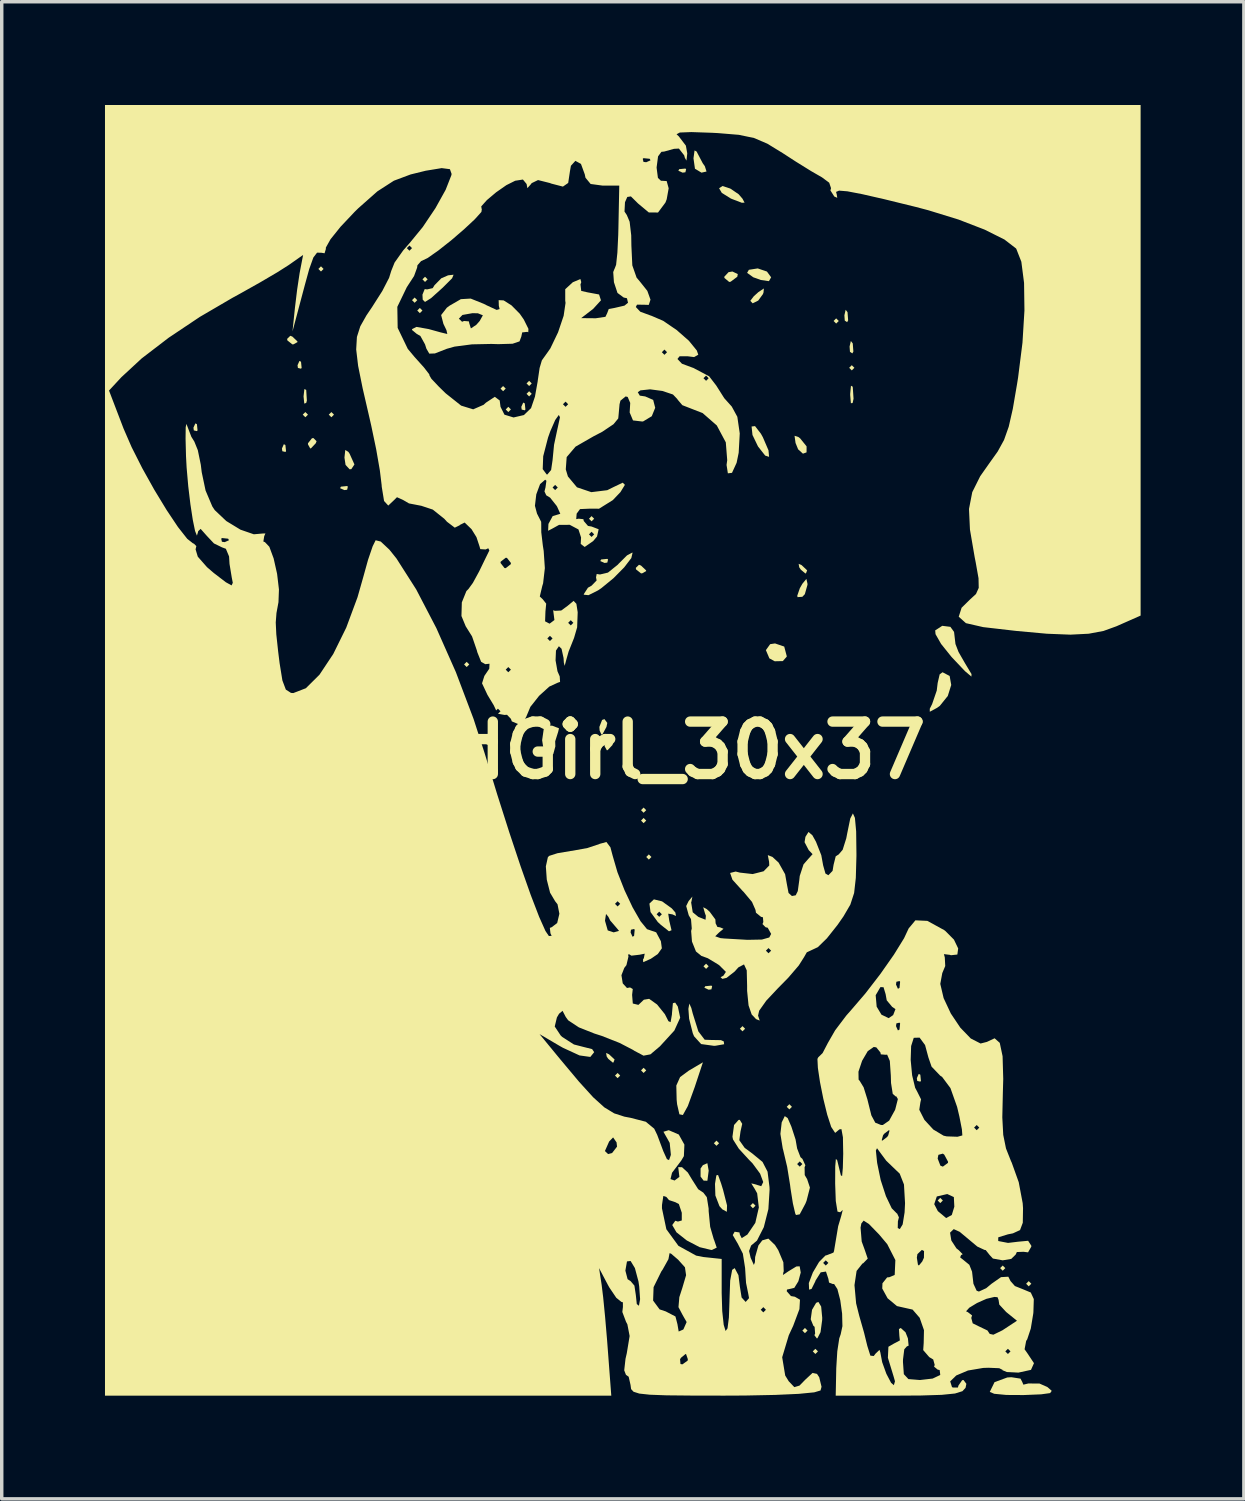
<source format=kicad_pcb>
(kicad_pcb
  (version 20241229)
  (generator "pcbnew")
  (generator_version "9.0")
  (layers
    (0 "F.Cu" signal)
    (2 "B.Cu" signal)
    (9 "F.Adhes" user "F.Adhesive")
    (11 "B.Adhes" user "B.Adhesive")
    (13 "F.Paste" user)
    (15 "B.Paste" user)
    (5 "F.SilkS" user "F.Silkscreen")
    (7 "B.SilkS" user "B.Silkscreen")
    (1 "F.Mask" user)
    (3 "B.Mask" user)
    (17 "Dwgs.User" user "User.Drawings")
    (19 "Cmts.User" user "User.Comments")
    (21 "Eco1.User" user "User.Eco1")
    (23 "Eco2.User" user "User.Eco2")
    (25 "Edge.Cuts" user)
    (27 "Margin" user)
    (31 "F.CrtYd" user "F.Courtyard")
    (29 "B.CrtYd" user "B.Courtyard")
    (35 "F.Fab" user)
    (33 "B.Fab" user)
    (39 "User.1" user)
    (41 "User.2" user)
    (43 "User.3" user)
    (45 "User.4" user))
  (footprint "goodGirl_30x37"
    (layer "F.Cu")
    (at 14.968 18.748)
    (property "Reference" "goodGirl_30x37" (at 0 0 0) (layer "F.SilkS") (effects (font (size 1.524 1.524) (thickness 0.3))))
    (attr board_only exclude_from_pos_files exclude_from_bom)
    (fp_poly (pts (xy -9.071 -9.752) (xy -9.147 -9.676) (xy -9.223 -9.752) (xy -9.147 -9.827)) (stroke (width 0) (type solid)) (fill yes) (layer "F.SilkS"))
    (fp_poly (pts (xy -8.618 -13.985) (xy -8.693 -13.91) (xy -8.769 -13.985) (xy -8.693 -14.061)) (stroke (width 0) (type solid)) (fill yes) (layer "F.SilkS"))
    (fp_poly (pts (xy -8.315 -9.752) (xy -8.391 -9.676) (xy -8.467 -9.752) (xy -8.391 -9.827)) (stroke (width 0) (type solid)) (fill yes) (layer "F.SilkS"))
    (fp_poly (pts (xy -5.896 -13.078) (xy -5.972 -13.002) (xy -6.048 -13.078) (xy -5.972 -13.154)) (stroke (width 0) (type solid)) (fill yes) (layer "F.SilkS"))
    (fp_poly (pts (xy -5.745 -12.776) (xy -5.821 -12.7) (xy -5.896 -12.776) (xy -5.821 -12.851)) (stroke (width 0) (type solid)) (fill yes) (layer "F.SilkS"))
    (fp_poly (pts (xy -5.594 -13.683) (xy -5.67 -13.607) (xy -5.745 -13.683) (xy -5.67 -13.758)) (stroke (width 0) (type solid)) (fill yes) (layer "F.SilkS"))
    (fp_poly (pts (xy -4.385 -2.495) (xy -4.46 -2.419) (xy -4.536 -2.495) (xy -4.46 -2.57)) (stroke (width 0) (type solid)) (fill yes) (layer "F.SilkS"))
    (fp_poly (pts (xy -3.326 -10.508) (xy -3.402 -10.432) (xy -3.477 -10.508) (xy -3.402 -10.583)) (stroke (width 0) (type solid)) (fill yes) (layer "F.SilkS"))
    (fp_poly (pts (xy -3.175 -9.903) (xy -3.251 -9.827) (xy -3.326 -9.903) (xy -3.251 -9.979)) (stroke (width 0) (type solid)) (fill yes) (layer "F.SilkS"))
    (fp_poly (pts (xy -2.57 -10.659) (xy -2.646 -10.583) (xy -2.721 -10.659) (xy -2.646 -10.735)) (stroke (width 0) (type solid)) (fill yes) (layer "F.SilkS"))
    (fp_poly (pts (xy -2.57 -10.357) (xy -2.646 -10.281) (xy -2.721 -10.357) (xy -2.646 -10.432)) (stroke (width 0) (type solid)) (fill yes) (layer "F.SilkS"))
    (fp_poly (pts (xy -0.756 -6.728) (xy -0.832 -6.652) (xy -0.907 -6.728) (xy -0.832 -6.804)) (stroke (width 0) (type solid)) (fill yes) (layer "F.SilkS"))
    (fp_poly (pts (xy 0 9.449) (xy -0.076 9.525) (xy -0.151 9.449) (xy -0.076 9.374)) (stroke (width 0) (type solid)) (fill yes) (layer "F.SilkS"))
    (fp_poly (pts (xy 0.756 1.739) (xy 0.68 1.814) (xy 0.605 1.739) (xy 0.68 1.663)) (stroke (width 0) (type solid)) (fill yes) (layer "F.SilkS"))
    (fp_poly (pts (xy 0.756 2.041) (xy 0.68 2.117) (xy 0.605 2.041) (xy 0.68 1.965)) (stroke (width 0) (type solid)) (fill yes) (layer "F.SilkS"))
    (fp_poly (pts (xy 0.756 9.298) (xy 0.68 9.374) (xy 0.605 9.298) (xy 0.68 9.223)) (stroke (width 0) (type solid)) (fill yes) (layer "F.SilkS"))
    (fp_poly (pts (xy 0.907 3.099) (xy 0.832 3.175) (xy 0.756 3.099) (xy 0.832 3.024)) (stroke (width 0) (type solid)) (fill yes) (layer "F.SilkS"))
    (fp_poly (pts (xy 2.57 6.274) (xy 2.495 6.35) (xy 2.419 6.274) (xy 2.495 6.199)) (stroke (width 0) (type solid)) (fill yes) (layer "F.SilkS"))
    (fp_poly (pts (xy 2.873 11.415) (xy 2.797 11.49) (xy 2.721 11.415) (xy 2.797 11.339)) (stroke (width 0) (type solid)) (fill yes) (layer "F.SilkS"))
    (fp_poly (pts (xy 3.629 8.089) (xy 3.553 8.164) (xy 3.477 8.089) (xy 3.553 8.013)) (stroke (width 0) (type solid)) (fill yes) (layer "F.SilkS"))
    (fp_poly (pts (xy 3.931 13.229) (xy 3.855 13.305) (xy 3.78 13.229) (xy 3.855 13.154)) (stroke (width 0) (type solid)) (fill yes) (layer "F.SilkS"))
    (fp_poly (pts (xy 4.989 10.357) (xy 4.914 10.432) (xy 4.838 10.357) (xy 4.914 10.281)) (stroke (width 0) (type solid)) (fill yes) (layer "F.SilkS"))
    (fp_poly (pts (xy 5.443 16.858) (xy 5.367 16.933) (xy 5.292 16.858) (xy 5.367 16.782)) (stroke (width 0) (type solid)) (fill yes) (layer "F.SilkS"))
    (fp_poly (pts (xy 5.745 17.462) (xy 5.67 17.538) (xy 5.594 17.462) (xy 5.67 17.387)) (stroke (width 0) (type solid)) (fill yes) (layer "F.SilkS"))
    (fp_poly (pts (xy 6.35 -12.473) (xy 6.274 -12.398) (xy 6.199 -12.473) (xy 6.274 -12.549)) (stroke (width 0) (type solid)) (fill yes) (layer "F.SilkS"))
    (fp_poly (pts (xy 6.804 -11.113) (xy 6.728 -11.037) (xy 6.652 -11.113) (xy 6.728 -11.188)) (stroke (width 0) (type solid)) (fill yes) (layer "F.SilkS"))
    (fp_poly (pts (xy 9.374 13.078) (xy 9.298 13.154) (xy 9.223 13.078) (xy 9.298 13.002)) (stroke (width 0) (type solid)) (fill yes) (layer "F.SilkS"))
    (fp_poly (pts (xy 11.188 15.043) (xy 11.113 15.119) (xy 11.037 15.043) (xy 11.113 14.968)) (stroke (width 0) (type solid)) (fill yes) (layer "F.SilkS"))
    (fp_poly (pts (xy 11.944 15.497) (xy 11.868 15.573) (xy 11.793 15.497) (xy 11.868 15.421)) (stroke (width 0) (type solid)) (fill yes) (layer "F.SilkS"))
    (fp_poly (pts (xy -12.297 -9.475) (xy -12.279 -9.295) (xy -12.297 -9.273) (xy -12.387 -9.294) (xy -12.398 -9.374) (xy -12.342 -9.498)) (stroke (width 0) (type solid)) (fill yes) (layer "F.SilkS"))
    (fp_poly (pts (xy -9.727 -8.87) (xy -9.708 -8.69) (xy -9.727 -8.668) (xy -9.816 -8.689) (xy -9.827 -8.769) (xy -9.772 -8.893)) (stroke (width 0) (type solid)) (fill yes) (layer "F.SilkS"))
    (fp_poly (pts (xy -9.273 -11.289) (xy -9.255 -11.109) (xy -9.273 -11.087) (xy -9.363 -11.108) (xy -9.374 -11.188) (xy -9.318 -11.313)) (stroke (width 0) (type solid)) (fill yes) (layer "F.SilkS"))
    (fp_poly (pts (xy -9.122 -10.47) (xy -9.103 -10.16) (xy -9.122 -10.092) (xy -9.178 -10.073) (xy -9.199 -10.281) (xy -9.175 -10.496)) (stroke (width 0) (type solid)) (fill yes) (layer "F.SilkS"))
    (fp_poly (pts (xy -7.912 -7.66) (xy -7.933 -7.57) (xy -8.013 -7.56) (xy -8.138 -7.615) (xy -8.114 -7.66) (xy -7.934 -7.678)) (stroke (width 0) (type solid)) (fill yes) (layer "F.SilkS"))
    (fp_poly (pts (xy -2.772 -10.079) (xy -2.754 -9.9) (xy -2.772 -9.878) (xy -2.862 -9.899) (xy -2.873 -9.979) (xy -2.817 -10.103)) (stroke (width 0) (type solid)) (fill yes) (layer "F.SilkS"))
    (fp_poly (pts (xy -0.353 -5.544) (xy -0.374 -5.454) (xy -0.454 -5.443) (xy -0.578 -5.498) (xy -0.554 -5.544) (xy -0.375 -5.562)) (stroke (width 0) (type solid)) (fill yes) (layer "F.SilkS"))
    (fp_poly (pts (xy 1.915 -16.883) (xy 1.894 -16.793) (xy 1.814 -16.782) (xy 1.69 -16.837) (xy 1.713 -16.883) (xy 1.893 -16.901)) (stroke (width 0) (type solid)) (fill yes) (layer "F.SilkS"))
    (fp_poly (pts (xy 2.671 6.854) (xy 2.65 6.944) (xy 2.57 6.955) (xy 2.446 6.899) (xy 2.469 6.854) (xy 2.649 6.836)) (stroke (width 0) (type solid)) (fill yes) (layer "F.SilkS"))
    (fp_poly (pts (xy 6.604 -12.728) (xy 6.622 -12.492) (xy 6.593 -12.439) (xy 6.524 -12.484) (xy 6.513 -12.637) (xy 6.55 -12.798)) (stroke (width 0) (type solid)) (fill yes) (layer "F.SilkS"))
    (fp_poly (pts (xy 6.756 -11.821) (xy 6.774 -11.585) (xy 6.744 -11.531) (xy 6.675 -11.577) (xy 6.664 -11.73) (xy 6.701 -11.891)) (stroke (width 0) (type solid)) (fill yes) (layer "F.SilkS"))
    (fp_poly (pts (xy 8.719 9.424) (xy 8.737 9.604) (xy 8.719 9.626) (xy 8.629 9.605) (xy 8.618 9.525) (xy 8.673 9.401)) (stroke (width 0) (type solid)) (fill yes) (layer "F.SilkS"))
    (fp_poly (pts (xy -0.326 8.83) (xy -0.163 8.982) (xy -0.197 9.07) (xy -0.218 9.071) (xy -0.346 8.964) (xy -0.392 8.897) (xy -0.41 8.793)) (stroke (width 0) (type solid)) (fill yes) (layer "F.SilkS"))
    (fp_poly (pts (xy 5.268 -5.382) (xy 5.431 -5.229) (xy 5.397 -5.142) (xy 5.376 -5.14) (xy 5.248 -5.248) (xy 5.202 -5.315) (xy 5.184 -5.418)) (stroke (width 0) (type solid)) (fill yes) (layer "F.SilkS"))
    (fp_poly (pts (xy -9.525 -12.02) (xy -9.381 -11.884) (xy -9.374 -11.86) (xy -9.491 -11.795) (xy -9.525 -11.793) (xy -9.67 -11.909) (xy -9.676 -11.953) (xy -9.584 -12.043)) (stroke (width 0) (type solid)) (fill yes) (layer "F.SilkS"))
    (fp_poly (pts (xy -8.821 -8.979) (xy -8.845 -8.92) (xy -8.981 -8.776) (xy -9.005 -8.769) (xy -9.07 -8.886) (xy -9.071 -8.92) (xy -8.955 -9.066) (xy -8.911 -9.071)) (stroke (width 0) (type solid)) (fill yes) (layer "F.SilkS"))
    (fp_poly (pts (xy -7.898 -8.671) (xy -7.862 -8.618) (xy -7.721 -8.305) (xy -7.811 -8.169) (xy -7.862 -8.164) (xy -7.979 -8.292) (xy -8.011 -8.504) (xy -7.987 -8.725)) (stroke (width 0) (type solid)) (fill yes) (layer "F.SilkS"))
    (fp_poly (pts (xy -0.375 -0.796) (xy -0.399 -0.68) (xy -0.506 -0.481) (xy -0.545 -0.454) (xy -0.598 -0.577) (xy -0.605 -0.68) (xy -0.526 -0.882) (xy -0.458 -0.907)) (stroke (width 0) (type solid)) (fill yes) (layer "F.SilkS"))
    (fp_poly (pts (xy -0.203 -0.21) (xy -0.227 -0.151) (xy -0.363 -0.007) (xy -0.387 0) (xy -0.452 -0.117) (xy -0.454 -0.151) (xy -0.337 -0.297) (xy -0.293 -0.302)) (stroke (width 0) (type solid)) (fill yes) (layer "F.SilkS"))
    (fp_poly (pts (xy 0.605 -5.367) (xy 0.749 -5.231) (xy 0.756 -5.207) (xy 0.639 -5.142) (xy 0.605 -5.14) (xy 0.459 -5.257) (xy 0.454 -5.301) (xy 0.546 -5.391)) (stroke (width 0) (type solid)) (fill yes) (layer "F.SilkS"))
    (fp_poly (pts (xy 2.57 12.209) (xy 2.57 12.216) (xy 2.533 12.505) (xy 2.422 12.501) (xy 2.335 12.384) (xy 2.335 12.149) (xy 2.402 12.052) (xy 2.532 11.995)) (stroke (width 0) (type solid)) (fill yes) (layer "F.SilkS"))
    (fp_poly (pts (xy 3.416 -13.836) (xy 3.402 -13.758) (xy 3.208 -13.613) (xy 3.166 -13.607) (xy 3.028 -13.722) (xy 3.024 -13.758) (xy 3.147 -13.891) (xy 3.26 -13.91)) (stroke (width 0) (type solid)) (fill yes) (layer "F.SilkS"))
    (fp_poly (pts (xy 4.163 -13.298) (xy 4.145 -13.251) (xy 4.009 -13.065) (xy 3.848 -12.986) (xy 3.78 -13.059) (xy 3.88 -13.19) (xy 4.01 -13.308) (xy 4.174 -13.418)) (stroke (width 0) (type solid)) (fill yes) (layer "F.SilkS"))
    (fp_poly (pts (xy 4.263 -13.909) (xy 4.385 -13.742) (xy 4.321 -13.63) (xy 4.088 -13.663) (xy 3.865 -13.743) (xy 3.687 -13.871) (xy 3.738 -13.96) (xy 3.996 -14)) (stroke (width 0) (type solid)) (fill yes) (layer "F.SilkS"))
    (fp_poly (pts (xy 5.18 -9.1) (xy 5.228 -9.062) (xy 5.415 -8.83) (xy 5.414 -8.656) (xy 5.309 -8.618) (xy 5.169 -8.744) (xy 5.094 -8.929) (xy 5.065 -9.138)) (stroke (width 0) (type solid)) (fill yes) (layer "F.SilkS"))
    (fp_poly (pts (xy 6.75 -10.569) (xy 6.757 -10.543) (xy 6.779 -10.213) (xy 6.752 -10.089) (xy 6.702 -10.084) (xy 6.682 -10.321) (xy 6.682 -10.357) (xy 6.704 -10.591)) (stroke (width 0) (type solid)) (fill yes) (layer "F.SilkS"))
    (fp_poly (pts (xy 2.221 -17.395) (xy 2.224 -17.387) (xy 2.397 -17.057) (xy 2.458 -16.971) (xy 2.508 -16.815) (xy 2.362 -16.782) (xy 2.172 -16.895) (xy 2.129 -17.198) (xy 2.16 -17.427)) (stroke (width 0) (type solid)) (fill yes) (layer "F.SilkS"))
    (fp_poly (pts (xy 4.087 -9.199) (xy 4.145 -9.095) (xy 4.308 -8.715) (xy 4.325 -8.526) (xy 4.212 -8.562) (xy 4.004 -8.827) (xy 3.843 -9.161) (xy 3.817 -9.407) (xy 3.917 -9.419)) (stroke (width 0) (type solid)) (fill yes) (layer "F.SilkS"))
    (fp_poly (pts (xy 4.765 -3.014) (xy 4.838 -2.738) (xy 4.838 -2.721) (xy 4.724 -2.592) (xy 4.489 -2.587) (xy 4.334 -2.671) (xy 4.232 -2.911) (xy 4.357 -3.084) (xy 4.498 -3.105)) (stroke (width 0) (type solid)) (fill yes) (layer "F.SilkS"))
    (fp_poly (pts (xy 5.44 -4.844) (xy 5.441 -4.809) (xy 5.364 -4.536) (xy 5.292 -4.46) (xy 5.153 -4.45) (xy 5.143 -4.489) (xy 5.219 -4.71) (xy 5.292 -4.838) (xy 5.409 -4.98)) (stroke (width 0) (type solid)) (fill yes) (layer "F.SilkS"))
    (fp_poly (pts (xy 2.164 9.786) (xy 1.965 10.334) (xy 1.821 10.595) (xy 1.72 10.575) (xy 1.653 10.282) (xy 1.64 10.155) (xy 1.63 9.739) (xy 1.74 9.493) (xy 1.993 9.306) (xy 2.403 9.064)) (stroke (width 0) (type solid)) (fill yes) (layer "F.SilkS"))
    (fp_poly (pts (xy 2.932 12.585) (xy 2.988 12.767) (xy 3.104 13.221) (xy 3.098 13.407) (xy 2.965 13.334) (xy 2.883 13.242) (xy 2.765 12.934) (xy 2.754 12.596) (xy 2.794 12.348) (xy 2.843 12.337)) (stroke (width 0) (type solid)) (fill yes) (layer "F.SilkS"))
    (fp_poly (pts (xy 3.198 -16.32) (xy 3.44 -16.156) (xy 3.553 -16.025) (xy 3.613 -15.911) (xy 3.535 -15.907) (xy 3.251 -16.015) (xy 3.213 -16.031) (xy 2.951 -16.195) (xy 2.873 -16.329) (xy 2.972 -16.394)) (stroke (width 0) (type solid)) (fill yes) (layer "F.SilkS"))
    (fp_poly (pts (xy -1.973 -0.715) (xy -1.778 -0.639) (xy -1.803 -0.535) (xy -1.889 -0.261) (xy -1.884 -0.113) (xy -1.944 0.109) (xy -2.054 0.151) (xy -2.22 0.015) (xy -2.268 -0.293) (xy -2.222 -0.615) (xy -2.052 -0.716)) (stroke (width 0) (type solid)) (fill yes) (layer "F.SilkS"))
    (fp_poly (pts (xy 9.571 -2.16) (xy 9.617 -1.899) (xy 9.517 -1.579) (xy 9.286 -1.292) (xy 9.204 -1.233) (xy 8.994 -1.12) (xy 8.994 -1.209) (xy 9.062 -1.344) (xy 9.196 -1.735) (xy 9.223 -1.956) (xy 9.281 -2.207) (xy 9.365 -2.268)) (stroke (width 0) (type solid)) (fill yes) (layer "F.SilkS"))
    (fp_poly (pts (xy -4.883 -13.714) (xy -5.143 -13.454) (xy -5.155 -13.442) (xy -5.494 -13.137) (xy -5.671 -13.026) (xy -5.737 -13.091) (xy -5.745 -13.238) (xy -5.679 -13.4) (xy -5.61 -13.39) (xy -5.447 -13.427) (xy -5.396 -13.511) (xy -5.198 -13.713) (xy -5.001 -13.799) (xy -4.841 -13.817)) (stroke (width 0) (type solid)) (fill yes) (layer "F.SilkS"))
    (fp_poly (pts (xy 5.838 16.159) (xy 5.869 16.485) (xy 5.867 16.555) (xy 5.82 16.905) (xy 5.73 17.08) (xy 5.712 17.085) (xy 5.642 16.992) (xy 5.663 16.944) (xy 5.648 16.749) (xy 5.611 16.717) (xy 5.535 16.53) (xy 5.573 16.255) (xy 5.692 16.052) (xy 5.758 16.026)) (stroke (width 0) (type solid)) (fill yes) (layer "F.SilkS"))
    (fp_poly (pts (xy 2.066 7.486) (xy 2.108 7.648) (xy 2.271 8.167) (xy 2.455 8.408) (xy 2.637 8.415) (xy 2.927 8.42) (xy 3.009 8.457) (xy 3.019 8.539) (xy 2.768 8.583) (xy 2.723 8.585) (xy 2.351 8.534) (xy 2.146 8.308) (xy 2.109 8.22) (xy 2.002 7.798) (xy 1.981 7.512) (xy 2.008 7.357)) (stroke (width 0) (type solid)) (fill yes) (layer "F.SilkS"))
    (fp_poly (pts (xy 9.593 -3.587) (xy 9.699 -3.44) (xy 9.735 -3.132) (xy 9.74 -3.089) (xy 9.829 -2.857) (xy 10.02 -2.525) (xy 10.022 -2.522) (xy 10.206 -2.215) (xy 10.203 -2.142) (xy 10.015 -2.301) (xy 9.647 -2.69) (xy 9.613 -2.728) (xy 9.323 -3.09) (xy 9.161 -3.374) (xy 9.151 -3.484) (xy 9.356 -3.617)) (stroke (width 0) (type solid)) (fill yes) (layer "F.SilkS"))
    (fp_poly (pts (xy 11.63 18.254) (xy 11.681 18.352) (xy 11.713 18.429) (xy 11.856 18.395) (xy 12.18 18.396) (xy 12.412 18.499) (xy 12.537 18.609) (xy 12.49 18.674) (xy 12.228 18.71) (xy 11.72 18.731) (xy 11.219 18.728) (xy 10.865 18.694) (xy 10.737 18.639) (xy 10.875 18.356) (xy 11.246 18.22) (xy 11.366 18.213)) (stroke (width 0) (type solid)) (fill yes) (layer "F.SilkS"))
    (fp_poly (pts (xy 0.359 -5.739) (xy 0.323 -5.585) (xy 0.116 -5.315) (xy -0.194 -5.001) (xy -0.543 -4.715) (xy -0.644 -4.646) (xy -0.921 -4.507) (xy -1.056 -4.521) (xy -1.058 -4.537) (xy -0.937 -4.724) (xy -0.832 -4.783) (xy -0.685 -4.935) (xy -0.702 -5.025) (xy -0.683 -5.123) (xy -0.588 -5.108) (xy -0.356 -5.163) (xy -0.07 -5.393) (xy -0.044 -5.422) (xy 0.198 -5.663) (xy 0.35 -5.744)) (stroke (width 0) (type solid)) (fill yes) (layer "F.SilkS"))
    (fp_poly (pts (xy 1.216 4.388) (xy 1.498 4.592) (xy 1.602 4.711) (xy 1.621 4.813) (xy 1.519 4.767) (xy 1.395 4.746) (xy 1.427 4.96) (xy 1.43 4.97) (xy 1.491 5.227) (xy 1.417 5.258) (xy 1.176 5.066) (xy 1.092 4.988) (xy 0.928 4.763) (xy 1.058 4.763) (xy 1.134 4.838) (xy 1.21 4.763) (xy 1.134 4.687) (xy 1.058 4.763) (xy 0.928 4.763) (xy 0.881 4.699) (xy 0.849 4.453) (xy 0.979 4.33)) (stroke (width 0) (type solid)) (fill yes) (layer "F.SilkS"))
    (fp_poly (pts (xy 4.865 10.684) (xy 4.973 10.933) (xy 5.095 11.308) (xy 5.14 11.567) (xy 5.238 11.821) (xy 5.294 11.87) (xy 5.379 12.055) (xy 5.357 12.112) (xy 5.361 12.34) (xy 5.431 12.459) (xy 5.512 12.704) (xy 5.413 13.09) (xy 5.38 13.171) (xy 5.215 13.481) (xy 5.106 13.5) (xy 5.085 13.456) (xy 5.017 13.164) (xy 4.948 12.728) (xy 4.935 12.624) (xy 4.85 12.098) (xy 4.831 12.02) (xy 5.14 12.02) (xy 5.216 12.095) (xy 5.292 12.02) (xy 5.216 11.944) (xy 5.14 12.02) (xy 4.831 12.02) (xy 4.735 11.612) (xy 4.722 11.566) (xy 4.654 11.144) (xy 4.692 10.81) (xy 4.781 10.627)) (stroke (width 0) (type solid)) (fill yes) (layer "F.SilkS"))
    (fp_poly (pts (xy -3.966 -12.972) (xy -3.877 -12.927) (xy -3.589 -12.794) (xy -3.503 -12.819) (xy -3.526 -12.91) (xy -3.531 -13.078) (xy -3.386 -13.071) (xy -3.16 -12.928) (xy -2.919 -12.685) (xy -2.801 -12.516) (xy -2.666 -12.244) (xy -2.671 -12.145) (xy -2.7 -12.157) (xy -2.847 -12.141) (xy -2.873 -12.019) (xy -2.925 -11.88) (xy -3.126 -11.812) (xy -3.54 -11.8) (xy -3.742 -11.806) (xy -4.307 -11.794) (xy -4.813 -11.728) (xy -5.037 -11.665) (xy -5.382 -11.53) (xy -5.546 -11.524) (xy -5.63 -11.668) (xy -5.67 -11.793) (xy -5.805 -12.037) (xy -5.907 -12.095) (xy -6.045 -12.209) (xy -6.048 -12.236) (xy -5.919 -12.301) (xy -5.569 -12.239) (xy -5.557 -12.236) (xy -5.214 -12.141) (xy -5.029 -12.096) (xy -5.023 -12.095) (xy -5.048 -12.207) (xy -5.136 -12.389) (xy -5.175 -12.54) (xy -4.687 -12.54) (xy -4.594 -12.45) (xy -4.536 -12.473) (xy -4.396 -12.461) (xy -4.385 -12.407) (xy -4.338 -12.257) (xy -4.18 -12.362) (xy -4.082 -12.473) (xy -3.99 -12.638) (xy -4.133 -12.696) (xy -4.29 -12.7) (xy -4.583 -12.648) (xy -4.687 -12.54) (xy -5.175 -12.54) (xy -5.202 -12.645) (xy -5.036 -12.859) (xy -4.956 -12.918) (xy -4.629 -13.107) (xy -4.344 -13.124)) (stroke (width 0) (type solid)) (fill yes) (layer "F.SilkS"))
    (fp_poly (pts (xy 6.819 1.962) (xy 6.855 2.356) (xy 6.863 3.003) (xy 6.863 3.071) (xy 6.845 3.708) (xy 6.796 4.145) (xy 6.686 4.483) (xy 6.487 4.824) (xy 6.313 5.074) (xy 6.004 5.463) (xy 5.743 5.718) (xy 5.607 5.782) (xy 5.421 5.869) (xy 5.342 6.008) (xy 5.187 6.252) (xy 4.88 6.61) (xy 4.58 6.915) (xy 4.243 7.274) (xy 4.037 7.565) (xy 4.005 7.708) (xy 4.053 7.852) (xy 3.947 7.809) (xy 3.819 7.673) (xy 3.729 7.411) (xy 3.687 6.988) (xy 3.687 6.841) (xy 3.676 6.392) (xy 3.597 6.22) (xy 3.434 6.306) (xy 3.326 6.426) (xy 3.09 6.611) (xy 2.967 6.64) (xy 2.916 6.592) (xy 2.997 6.549) (xy 3.071 6.437) (xy 2.877 6.244) (xy 2.845 6.222) (xy 2.544 6.04) (xy 2.359 5.973) (xy 2.201 5.844) (xy 2.192 5.821) (xy 4.233 5.821) (xy 4.309 5.896) (xy 4.385 5.821) (xy 4.309 5.745) (xy 4.233 5.821) (xy 2.192 5.821) (xy 2.085 5.556) (xy 2.061 5.251) (xy 2.079 5.176) (xy 2.057 4.904) (xy 1.991 4.793) (xy 1.917 4.524) (xy 1.988 4.379) (xy 2.097 4.249) (xy 2.071 4.387) (xy 2.061 4.42) (xy 2.107 4.705) (xy 2.27 4.839) (xy 2.479 4.923) (xy 2.489 4.807) (xy 2.462 4.733) (xy 2.412 4.558) (xy 2.517 4.615) (xy 2.601 4.692) (xy 2.765 4.914) (xy 2.772 5.027) (xy 2.824 5.131) (xy 2.901 5.143) (xy 3.001 5.185) (xy 2.873 5.292) (xy 2.76 5.403) (xy 2.912 5.456) (xy 3.024 5.467) (xy 3.697 5.506) (xy 4.117 5.498) (xy 4.331 5.437) (xy 4.385 5.334) (xy 4.286 5.155) (xy 4.224 5.14) (xy 4.134 5.048) (xy 4.158 4.989) (xy 4.146 4.85) (xy 4.091 4.838) (xy 3.944 4.718) (xy 3.931 4.638) (xy 3.829 4.405) (xy 3.58 4.108) (xy 3.553 4.082) (xy 3.26 3.758) (xy 3.193 3.563) (xy 3.355 3.522) (xy 3.477 3.553) (xy 3.849 3.595) (xy 4.167 3.514) (xy 4.331 3.345) (xy 4.325 3.237) (xy 4.288 3.045) (xy 4.422 3.097) (xy 4.601 3.261) (xy 4.791 3.599) (xy 4.838 3.866) (xy 4.891 4.145) (xy 4.989 4.233) (xy 5.099 4.212) (xy 5.159 4.09) (xy 5.202 3.779) (xy 5.216 3.65) (xy 5.326 3.314) (xy 5.461 3.158) (xy 5.589 3.017) (xy 5.476 2.898) (xy 5.356 2.669) (xy 5.381 2.514) (xy 5.47 2.372) (xy 5.583 2.468) (xy 5.688 2.657) (xy 5.842 3.047) (xy 5.896 3.343) (xy 5.963 3.58) (xy 6.048 3.629) (xy 6.17 3.502) (xy 6.199 3.326) (xy 6.261 3.08) (xy 6.348 3.024) (xy 6.463 2.89) (xy 6.568 2.556) (xy 6.594 2.419) (xy 6.684 1.981) (xy 6.76 1.833)) (stroke (width 0) (type solid)) (fill yes) (layer "F.SilkS"))
    (fp_poly (pts (xy 8.923 4.955) (xy 9.41 5.222) (xy 9.442 5.245) (xy 9.696 5.5) (xy 9.819 5.756) (xy 9.795 5.933) (xy 9.61 5.953) (xy 9.576 5.942) (xy 9.405 5.921) (xy 9.43 6.016) (xy 9.443 6.267) (xy 9.357 6.472) (xy 9.299 6.786) (xy 9.396 7.199) (xy 9.605 7.646) (xy 9.882 8.059) (xy 10.185 8.372) (xy 10.47 8.518) (xy 10.654 8.471) (xy 10.877 8.366) (xy 11.027 8.499) (xy 11.109 8.887) (xy 11.128 9.547) (xy 11.117 9.943) (xy 11.101 10.663) (xy 11.128 11.173) (xy 11.208 11.567) (xy 11.354 11.936) (xy 11.375 11.98) (xy 11.578 12.547) (xy 11.693 13.157) (xy 11.703 13.303) (xy 11.696 13.725) (xy 11.616 13.938) (xy 11.41 14.033) (xy 11.264 14.062) (xy 10.983 14.149) (xy 10.982 14.251) (xy 10.992 14.258) (xy 11.267 14.311) (xy 11.559 14.276) (xy 11.851 14.249) (xy 11.943 14.391) (xy 11.944 14.418) (xy 11.849 14.585) (xy 11.717 14.569) (xy 11.523 14.576) (xy 11.49 14.649) (xy 11.361 14.775) (xy 11.113 14.817) (xy 10.828 14.765) (xy 10.735 14.665) (xy 10.619 14.519) (xy 10.583 14.514) (xy 10.375 14.417) (xy 10.13 14.212) (xy 9.864 13.99) (xy 9.69 13.91) (xy 9.583 14.013) (xy 9.62 14.241) (xy 9.769 14.47) (xy 9.838 14.524) (xy 9.95 14.64) (xy 9.903 14.665) (xy 9.876 14.731) (xy 9.979 14.813) (xy 10.143 14.947) (xy 10.222 15.146) (xy 10.262 15.497) (xy 10.355 15.699) (xy 10.421 15.724) (xy 10.632 15.627) (xy 10.789 15.497) (xy 11.064 15.305) (xy 11.276 15.293) (xy 11.339 15.419) (xy 11.467 15.564) (xy 11.7 15.657) (xy 11.928 15.752) (xy 12.016 15.942) (xy 12.004 16.326) (xy 12 16.365) (xy 11.928 16.8) (xy 11.824 17.113) (xy 11.794 17.158) (xy 11.748 17.401) (xy 11.825 17.51) (xy 12.021 17.805) (xy 11.934 17.999) (xy 11.572 18.078) (xy 11.554 18.078) (xy 11.233 18.062) (xy 11.105 18.009) (xy 11.108 17.999) (xy 11.011 17.951) (xy 10.7 17.938) (xy 10.546 17.943) (xy 10.103 18.018) (xy 9.763 18.162) (xy 9.587 18.334) (xy 9.638 18.496) (xy 9.662 18.512) (xy 9.811 18.513) (xy 9.827 18.454) (xy 9.934 18.3) (xy 9.974 18.294) (xy 10.057 18.405) (xy 10.033 18.521) (xy 9.942 18.619) (xy 9.727 18.686) (xy 9.34 18.725) (xy 8.734 18.744) (xy 8.104 18.748) (xy 6.261 18.748) (xy 6.277 17.947) (xy 6.307 17.459) (xy 6.364 17.085) (xy 6.406 16.964) (xy 6.456 16.729) (xy 6.447 16.366) (xy 6.393 15.974) (xy 6.31 15.653) (xy 6.235 15.537) (xy 6.806 15.537) (xy 6.854 16.068) (xy 6.942 16.419) (xy 7.084 16.916) (xy 7.179 17.303) (xy 7.268 17.586) (xy 7.366 17.597) (xy 7.416 17.53) (xy 7.533 17.418) (xy 7.557 17.49) (xy 7.611 17.776) (xy 7.732 18.112) (xy 7.869 18.374) (xy 7.95 18.445) (xy 7.983 18.331) (xy 7.94 18.181) (xy 7.777 17.648) (xy 7.792 17.328) (xy 7.951 17.236) (xy 8.125 17.144) (xy 8.11 17.009) (xy 8.098 16.814) (xy 8.151 16.782) (xy 8.289 16.908) (xy 8.359 17.085) (xy 8.379 17.296) (xy 8.327 17.318) (xy 8.253 17.402) (xy 8.216 17.698) (xy 8.215 17.772) (xy 8.24 18.124) (xy 8.373 18.267) (xy 8.704 18.294) (xy 8.71 18.294) (xy 9.077 18.252) (xy 9.293 18.15) (xy 9.298 18.143) (xy 9.281 18.004) (xy 9.223 17.992) (xy 9.118 17.905) (xy 9.137 17.856) (xy 9.094 17.698) (xy 8.978 17.628) (xy 8.835 17.462) (xy 11.188 17.462) (xy 11.264 17.538) (xy 11.339 17.462) (xy 11.264 17.387) (xy 11.188 17.462) (xy 8.835 17.462) (xy 8.803 17.425) (xy 8.817 17.219) (xy 8.825 16.845) (xy 8.7 16.486) (xy 8.537 16.298) (xy 10.048 16.298) (xy 10.101 16.323) (xy 10.223 16.418) (xy 10.199 16.49) (xy 10.241 16.647) (xy 10.417 16.734) (xy 10.67 16.855) (xy 10.735 16.954) (xy 10.841 16.978) (xy 11.102 16.851) (xy 11.131 16.832) (xy 11.527 16.572) (xy 11.213 16.318) (xy 11.013 16.102) (xy 10.993 15.969) (xy 10.963 15.889) (xy 10.873 15.88) (xy 10.641 15.935) (xy 10.368 16.056) (xy 10.141 16.194) (xy 10.048 16.298) (xy 8.537 16.298) (xy 8.494 16.248) (xy 8.328 16.211) (xy 8.04 16.146) (xy 7.768 15.919) (xy 7.613 15.636) (xy 7.619 15.484) (xy 7.755 15.313) (xy 7.82 15.307) (xy 7.971 15.243) (xy 7.975 15.232) (xy 7.994 14.81) (xy 7.959 14.741) (xy 8.618 14.741) (xy 8.65 14.943) (xy 8.677 14.968) (xy 8.775 14.85) (xy 8.824 14.741) (xy 8.827 14.546) (xy 8.764 14.514) (xy 8.634 14.637) (xy 8.618 14.741) (xy 7.959 14.741) (xy 7.758 14.347) (xy 7.521 14.065) (xy 7.225 13.761) (xy 7.072 13.663) (xy 7.005 13.748) (xy 6.983 13.868) (xy 7.016 14.27) (xy 7.103 14.509) (xy 7.191 14.767) (xy 7.062 14.9) (xy 7.037 14.911) (xy 6.868 15.124) (xy 6.806 15.537) (xy 6.235 15.537) (xy 6.213 15.503) (xy 6.182 15.507) (xy 6.067 15.463) (xy 6.048 15.355) (xy 5.978 15.143) (xy 5.825 15.166) (xy 5.675 15.405) (xy 5.666 15.433) (xy 5.559 15.648) (xy 5.488 15.668) (xy 5.48 15.478) (xy 5.597 15.17) (xy 5.761 14.892) (xy 5.896 14.892) (xy 5.972 14.968) (xy 6.048 14.892) (xy 5.972 14.817) (xy 5.896 14.892) (xy 5.761 14.892) (xy 5.778 14.864) (xy 5.96 14.679) (xy 6.009 14.665) (xy 6.194 14.593) (xy 6.211 14.552) (xy 6.332 13.827) (xy 6.42 13.532) (xy 6.466 13.352) (xy 6.391 13.421) (xy 6.313 13.401) (xy 6.263 13.094) (xy 6.245 12.589) (xy 6.247 12.089) (xy 6.266 11.87) (xy 6.305 11.912) (xy 6.349 12.095) (xy 6.411 12.348) (xy 6.447 12.368) (xy 6.468 12.132) (xy 6.479 11.717) (xy 6.477 11.627) (xy 7.428 11.627) (xy 7.461 11.954) (xy 7.466 11.993) (xy 7.568 12.486) (xy 7.72 12.953) (xy 7.888 13.305) (xy 8.037 13.455) (xy 8.045 13.456) (xy 8.097 13.568) (xy 8.068 13.683) (xy 8.063 13.878) (xy 8.123 13.91) (xy 8.206 13.773) (xy 8.262 13.425) (xy 8.274 13.185) (xy 9.123 13.185) (xy 9.228 13.387) (xy 9.47 13.589) (xy 9.633 13.5) (xy 9.707 13.259) (xy 9.693 12.979) (xy 9.501 12.891) (xy 9.198 12.962) (xy 9.123 13.185) (xy 8.274 13.185) (xy 8.275 13.152) (xy 8.244 12.614) (xy 8.12 12.298) (xy 8.024 12.207) (xy 7.727 11.921) (xy 7.682 11.86) (xy 9.223 11.86) (xy 9.302 12.066) (xy 9.374 12.095) (xy 9.521 11.987) (xy 9.525 11.953) (xy 9.415 11.748) (xy 9.374 11.717) (xy 9.244 11.752) (xy 9.223 11.86) (xy 7.682 11.86) (xy 7.576 11.717) (xy 7.461 11.56) (xy 7.428 11.627) (xy 6.477 11.627) (xy 6.472 11.329) (xy 7.597 11.329) (xy 7.617 11.339) (xy 7.755 11.233) (xy 7.786 11.188) (xy 7.825 11.047) (xy 7.804 11.037) (xy 7.666 11.143) (xy 7.635 11.188) (xy 7.597 11.329) (xy 6.472 11.329) (xy 6.471 11.244) (xy 6.427 11.005) (xy 6.369 11.012) (xy 6.245 11.115) (xy 6.13 10.942) (xy 6.128 10.936) (xy 6.014 10.585) (xy 5.901 10.124) (xy 5.805 9.642) (xy 5.759 9.336) (xy 6.922 9.336) (xy 6.926 9.567) (xy 6.957 9.602) (xy 7.072 9.791) (xy 7.182 10.143) (xy 7.188 10.169) (xy 7.297 10.606) (xy 7.411 10.819) (xy 7.575 10.884) (xy 7.629 10.886) (xy 7.814 10.758) (xy 7.985 10.447) (xy 7.992 10.427) (xy 8.067 10.131) (xy 8.019 10.051) (xy 8.007 10.058) (xy 7.918 9.981) (xy 7.868 9.663) (xy 7.862 9.449) (xy 7.833 9.025) (xy 7.821 8.995) (xy 8.439 8.995) (xy 8.481 9.441) (xy 8.569 9.804) (xy 8.63 9.918) (xy 8.741 10.141) (xy 8.721 10.228) (xy 8.689 10.443) (xy 8.838 10.736) (xy 9.097 11.017) (xy 9.396 11.196) (xy 9.486 11.216) (xy 9.801 11.227) (xy 9.94 11.188) (xy 9.927 11.011) (xy 9.917 10.961) (xy 10.281 10.961) (xy 10.357 11.037) (xy 10.432 10.961) (xy 10.357 10.886) (xy 10.281 10.961) (xy 9.917 10.961) (xy 9.854 10.639) (xy 9.788 10.36) (xy 9.594 9.813) (xy 9.351 9.487) (xy 9.298 9.453) (xy 9.046 9.19) (xy 8.954 8.923) (xy 8.857 8.563) (xy 8.698 8.347) (xy 8.531 8.352) (xy 8.527 8.356) (xy 8.452 8.592) (xy 8.439 8.995) (xy 7.821 8.995) (xy 7.755 8.841) (xy 7.711 8.845) (xy 7.571 8.833) (xy 7.56 8.778) (xy 7.44 8.63) (xy 7.366 8.618) (xy 7.193 8.738) (xy 7.028 9.019) (xy 6.922 9.336) (xy 5.759 9.336) (xy 5.743 9.227) (xy 5.73 8.966) (xy 5.753 8.92) (xy 5.88 8.796) (xy 6.032 8.504) (xy 6.244 8.135) (xy 6.336 8.013) (xy 8.013 8.013) (xy 8.068 8.138) (xy 8.114 8.114) (xy 8.132 7.934) (xy 8.114 7.912) (xy 8.024 7.933) (xy 8.013 8.013) (xy 6.336 8.013) (xy 6.569 7.705) (xy 6.697 7.56) (xy 7.079 7.115) (xy 7.422 7.115) (xy 7.451 7.448) (xy 7.59 7.68) (xy 7.799 7.781) (xy 7.93 7.692) (xy 7.997 7.519) (xy 7.9 7.452) (xy 7.743 7.263) (xy 7.711 7.084) (xy 7.65 6.883) (xy 7.56 6.879) (xy 7.422 7.115) (xy 7.079 7.115) (xy 7.121 7.066) (xy 7.323 6.804) (xy 8.013 6.804) (xy 8.068 6.928) (xy 8.114 6.904) (xy 8.132 6.725) (xy 8.114 6.703) (xy 8.024 6.724) (xy 8.013 6.804) (xy 7.323 6.804) (xy 7.557 6.5) (xy 7.951 5.938) (xy 8.247 5.459) (xy 8.38 5.175) (xy 8.576 4.939)) (stroke (width 0) (type solid)) (fill yes) (layer "F.SilkS"))
    (fp_poly (pts (xy 15.119 -3.914) (xy 14.415 -3.603) (xy 14.039 -3.467) (xy 13.61 -3.387) (xy 13.079 -3.36) (xy 12.395 -3.387) (xy 11.507 -3.468) (xy 10.546 -3.579) (xy 10.044 -3.694) (xy 9.835 -3.881) (xy 9.918 -4.141) (xy 10.16 -4.379) (xy 10.336 -4.541) (xy 10.416 -4.719) (xy 10.41 -4.998) (xy 10.327 -5.466) (xy 10.298 -5.612) (xy 10.161 -6.412) (xy 10.133 -7.012) (xy 10.228 -7.5) (xy 10.459 -7.963) (xy 10.712 -8.323) (xy 10.967 -8.681) (xy 11.151 -9.016) (xy 11.288 -9.403) (xy 11.406 -9.921) (xy 11.53 -10.646) (xy 11.559 -10.827) (xy 11.687 -11.843) (xy 11.744 -12.778) (xy 11.733 -13.579) (xy 11.654 -14.194) (xy 11.507 -14.569) (xy 11.497 -14.582) (xy 11.162 -14.84) (xy 10.587 -15.127) (xy 9.831 -15.419) (xy 8.951 -15.69) (xy 8.588 -15.786) (xy 7.68 -16.009) (xy 7.028 -16.158) (xy 6.6 -16.24) (xy 6.359 -16.26) (xy 6.271 -16.223) (xy 6.29 -16.152) (xy 6.306 -16.051) (xy 6.22 -16.089) (xy 6.107 -16.266) (xy 6.125 -16.331) (xy 6.072 -16.49) (xy 5.863 -16.645) (xy 5.552 -16.824) (xy 5.101 -17.104) (xy 4.718 -17.352) (xy 4.274 -17.624) (xy 3.888 -17.789) (xy 3.448 -17.881) (xy 2.842 -17.931) (xy 2.677 -17.94) (xy 2.068 -17.961) (xy 1.731 -17.948) (xy 1.637 -17.897) (xy 1.701 -17.838) (xy 1.908 -17.567) (xy 1.948 -17.342) (xy 1.925 -17.132) (xy 1.879 -17.212) (xy 1.859 -17.285) (xy 1.705 -17.482) (xy 1.562 -17.474) (xy 1.278 -17.395) (xy 1.197 -17.387) (xy 1.1 -17.255) (xy 1.058 -16.937) (xy 1.058 -16.924) (xy 1.096 -16.63) (xy 1.188 -16.543) (xy 1.197 -16.547) (xy 1.35 -16.538) (xy 1.408 -16.328) (xy 1.351 -16.009) (xy 1.314 -15.913) (xy 1.099 -15.624) (xy 0.831 -15.626) (xy 0.52 -15.885) (xy 0.311 -16.092) (xy 0.206 -16.076) (xy 0.139 -15.923) (xy 0.125 -15.652) (xy 0.192 -15.551) (xy 0.274 -15.357) (xy 0.32 -14.963) (xy 0.325 -14.66) (xy 0.352 -14.088) (xy 0.476 -13.733) (xy 0.569 -13.623) (xy 0.788 -13.348) (xy 0.88 -13.092) (xy 0.83 -12.94) (xy 0.686 -12.945) (xy 0.488 -12.947) (xy 0.454 -12.879) (xy 0.584 -12.742) (xy 0.899 -12.626) (xy 0.908 -12.624) (xy 1.247 -12.478) (xy 1.639 -12.211) (xy 1.995 -11.899) (xy 2.226 -11.615) (xy 2.268 -11.493) (xy 2.147 -11.424) (xy 1.965 -11.447) (xy 1.725 -11.447) (xy 1.663 -11.369) (xy 1.794 -11.231) (xy 2.109 -11.114) (xy 2.119 -11.112) (xy 2.583 -10.867) (xy 2.79 -10.598) (xy 3.023 -10.23) (xy 3.241 -9.987) (xy 3.403 -9.689) (xy 3.473 -9.206) (xy 3.442 -8.644) (xy 3.382 -8.353) (xy 3.248 -8.061) (xy 3.128 -8.047) (xy 3.09 -8.291) (xy 3.109 -8.429) (xy 3.068 -8.947) (xy 2.806 -9.438) (xy 2.394 -9.798) (xy 2.128 -9.901) (xy 1.805 -10.027) (xy 1.663 -10.194) (xy 1.663 -10.201) (xy 1.533 -10.337) (xy 1.226 -10.44) (xy 0.869 -10.487) (xy 0.587 -10.457) (xy 0.511 -10.403) (xy 0.57 -10.304) (xy 0.726 -10.281) (xy 0.958 -10.18) (xy 1.017 -9.951) (xy 0.917 -9.706) (xy 0.67 -9.557) (xy 0.643 -9.552) (xy 0.372 -9.584) (xy 0.275 -9.815) (xy 0.291 -10.092) (xy 0.217 -10.266) (xy 0.158 -10.281) (xy 0.007 -10.158) (xy -0.019 -10.054) (xy -0.049 -9.72) (xy -0.057 -9.641) (xy -0.194 -9.474) (xy -0.523 -9.253) (xy -0.773 -9.123) (xy -1.297 -8.822) (xy -1.555 -8.519) (xy -1.581 -8.162) (xy -1.519 -7.956) (xy -1.256 -7.641) (xy -0.839 -7.5) (xy -0.376 -7.557) (xy -0.189 -7.65) (xy 0.073 -7.775) (xy 0.137 -7.713) (xy 0.007 -7.501) (xy -0.214 -7.269) (xy -0.615 -7.019) (xy -0.876 -7.021) (xy -1.167 -7.008) (xy -1.265 -6.876) (xy -1.278 -6.716) (xy -1.208 -6.729) (xy -1.07 -6.715) (xy -1.058 -6.661) (xy -0.936 -6.519) (xy -0.832 -6.501) (xy -0.626 -6.422) (xy -0.673 -6.212) (xy -0.786 -6.078) (xy -1.032 -5.908) (xy -1.147 -5.995) (xy -1.137 -6.183) (xy -1.166 -6.274) (xy -0.907 -6.274) (xy -0.832 -6.199) (xy -0.756 -6.274) (xy -0.832 -6.35) (xy -0.907 -6.274) (xy -1.166 -6.274) (xy -1.213 -6.417) (xy -1.466 -6.551) (xy -1.777 -6.549) (xy -1.972 -6.441) (xy -2.094 -6.378) (xy -2.085 -6.574) (xy -2.085 -6.577) (xy -1.961 -6.805) (xy -1.841 -6.841) (xy -1.74 -6.871) (xy -1.833 -7.079) (xy -1.849 -7.105) (xy -2.037 -7.341) (xy -2.148 -7.408) (xy -2.2 -7.521) (xy -2.171 -7.635) (xy -1.965 -7.635) (xy -1.89 -7.56) (xy -1.814 -7.635) (xy -1.89 -7.711) (xy -1.965 -7.635) (xy -2.171 -7.635) (xy -2.144 -7.831) (xy -2.18 -7.862) (xy -2.328 -7.733) (xy -2.438 -7.436) (xy -2.477 -7.104) (xy -2.417 -6.877) (xy -2.296 -6.639) (xy -2.294 -6.555) (xy -2.293 -6.336) (xy -2.247 -5.945) (xy -2.223 -5.793) (xy -2.189 -5.293) (xy -2.24 -4.85) (xy -2.264 -4.773) (xy -2.336 -4.469) (xy -2.248 -4.385) (xy -2.15 -4.261) (xy -2.172 -4.032) (xy -2.182 -3.747) (xy -2.052 -3.679) (xy -2.018 -3.704) (xy -1.512 -3.704) (xy -1.436 -3.629) (xy -1.361 -3.704) (xy -1.436 -3.78) (xy -1.512 -3.704) (xy -2.018 -3.704) (xy -1.911 -3.785) (xy -1.928 -3.918) (xy -1.947 -4.07) (xy -1.896 -4.052) (xy -1.714 -4.061) (xy -1.532 -4.194) (xy -1.354 -4.341) (xy -1.273 -4.257) (xy -1.235 -4.011) (xy -1.251 -3.573) (xy -1.341 -3.264) (xy -1.499 -2.868) (xy -1.562 -2.646) (xy -1.613 -2.454) (xy -1.637 -2.549) (xy -1.646 -2.684) (xy -1.704 -2.95) (xy -1.781 -3.024) (xy -1.866 -2.899) (xy -1.878 -2.613) (xy -1.822 -2.296) (xy -1.757 -2.147) (xy -1.747 -1.987) (xy -1.812 -1.965) (xy -2.058 -1.852) (xy -2.356 -1.583) (xy -2.61 -1.262) (xy -2.721 -0.995) (xy -2.721 -0.99) (xy -2.839 -0.785) (xy -2.948 -0.756) (xy -3.149 -0.841) (xy -3.175 -0.914) (xy -3.288 -1.032) (xy -3.364 -1.028) (xy -3.55 -1.062) (xy -3.477 -1.134) (xy -3.553 -1.21) (xy -3.604 -1.159) (xy -3.673 -1.307) (xy -3.857 -1.612) (xy -4.014 -1.946) (xy -3.946 -2.162) (xy -3.945 -2.163) (xy -3.823 -2.343) (xy -3.326 -2.343) (xy -3.251 -2.268) (xy -3.175 -2.343) (xy -3.251 -2.419) (xy -3.326 -2.343) (xy -3.823 -2.343) (xy -3.804 -2.371) (xy -3.797 -2.516) (xy -3.919 -2.502) (xy -4.04 -2.571) (xy -4.152 -2.852) (xy -4.164 -2.901) (xy -4.284 -3.251) (xy -2.117 -3.251) (xy -2.041 -3.175) (xy -1.965 -3.251) (xy -2.041 -3.326) (xy -2.117 -3.251) (xy -4.284 -3.251) (xy -4.305 -3.311) (xy -4.489 -3.604) (xy -4.612 -3.902) (xy -4.601 -4.298) (xy -4.468 -4.627) (xy -4.41 -4.685) (xy -4.28 -4.864) (xy -4.101 -5.192) (xy -4.089 -5.216) (xy -3.979 -5.443) (xy -3.477 -5.443) (xy -3.362 -5.296) (xy -3.326 -5.292) (xy -3.179 -5.407) (xy -3.175 -5.443) (xy -3.29 -5.59) (xy -3.326 -5.594) (xy -3.473 -5.479) (xy -3.477 -5.443) (xy -3.979 -5.443) (xy -3.918 -5.569) (xy -3.804 -5.801) (xy -3.801 -5.806) (xy -3.833 -5.87) (xy -3.908 -5.835) (xy -4.065 -5.845) (xy -4.087 -5.925) (xy -4.176 -6.193) (xy -4.32 -6.425) (xy -4.519 -6.617) (xy -4.658 -6.548) (xy -4.665 -6.537) (xy -4.806 -6.468) (xy -5.032 -6.64) (xy -5.111 -6.727) (xy -5.444 -6.993) (xy -5.785 -7.106) (xy -5.79 -7.106) (xy -6.137 -7.173) (xy -6.303 -7.27) (xy -6.485 -7.353) (xy -6.569 -7.27) (xy -6.738 -7.11) (xy -6.86 -7.243) (xy -6.928 -7.659) (xy -6.931 -7.708) (xy -6.983 -8.135) (xy -6.989 -8.169) (xy -2.251 -8.169) (xy -2.136 -8.015) (xy -2.117 -8.013) (xy -2.007 -8.144) (xy -1.965 -8.43) (xy -1.922 -8.875) (xy -1.818 -9.362) (xy -1.817 -9.365) (xy -1.75 -9.676) (xy -1.783 -9.743) (xy -1.888 -9.596) (xy -2.033 -9.264) (xy -2.096 -9.087) (xy -2.237 -8.543) (xy -2.251 -8.169) (xy -6.989 -8.169) (xy -7.089 -8.745) (xy -7.231 -9.425) (xy -7.279 -9.636) (xy -7.483 -10.52) (xy -7.614 -11.17) (xy -7.67 -11.646) (xy -7.649 -12.009) (xy -7.551 -12.318) (xy -7.373 -12.634) (xy -7.204 -12.884) (xy -6.475 -12.884) (xy -6.465 -12.272) (xy -6.172 -11.664) (xy -5.982 -11.436) (xy -5.702 -11.124) (xy -5.548 -10.925) (xy -5.539 -10.886) (xy -5.485 -10.794) (xy -5.263 -10.559) (xy -5.07 -10.371) (xy -4.621 -10.014) (xy -4.271 -9.906) (xy -3.968 -10.038) (xy -3.899 -10.101) (xy -3.643 -10.27) (xy -3.501 -10.164) (xy -3.477 -9.979) (xy -3.363 -9.751) (xy -3.098 -9.67) (xy -2.797 -9.74) (xy -2.59 -9.941) (xy -2.552 -10.054) (xy -1.663 -10.054) (xy -1.587 -9.979) (xy -1.512 -10.054) (xy -1.587 -10.13) (xy -1.663 -10.054) (xy -2.552 -10.054) (xy -2.477 -10.273) (xy -2.398 -10.714) (xy -2.396 -10.735) (xy -2.385 -10.81) (xy 2.419 -10.81) (xy 2.495 -10.735) (xy 2.57 -10.81) (xy 2.495 -10.886) (xy 2.419 -10.81) (xy -2.385 -10.81) (xy -2.341 -11.109) (xy -2.276 -11.329) (xy -2.268 -11.34) (xy -2.107 -11.566) (xy 1.21 -11.566) (xy 1.285 -11.49) (xy 1.361 -11.566) (xy 1.285 -11.642) (xy 1.21 -11.566) (xy -2.107 -11.566) (xy -2.029 -11.677) (xy -1.805 -12.144) (xy -1.643 -12.624) (xy -1.588 -12.998) (xy -1.597 -13.064) (xy -1.597 -13.396) (xy -1.377 -13.598) (xy -1.156 -13.691) (xy -1.131 -13.6) (xy -1.154 -13.535) (xy -1.132 -13.346) (xy -0.949 -13.305) (xy -0.614 -13.243) (xy -0.559 -13.073) (xy -0.787 -12.823) (xy -1.134 -12.556) (xy -0.709 -12.552) (xy -0.429 -12.594) (xy -0.378 -12.7) (xy -0.333 -12.82) (xy -0.169 -12.851) (xy 0.124 -12.919) (xy 0.227 -13.002) (xy 0.196 -13.134) (xy 0.102 -13.154) (xy -0.079 -13.288) (xy -0.182 -13.599) (xy -0.203 -13.894) (xy -0.164 -13.993) (xy -0.162 -13.992) (xy -0.119 -14.105) (xy -0.082 -14.455) (xy -0.057 -14.973) (xy -0.052 -15.172) (xy -0.027 -16.405) (xy -0.505 -16.405) (xy -0.859 -16.453) (xy -1.009 -16.635) (xy -1.029 -16.732) (xy -1.14 -17.036) (xy -1.302 -17.125) (xy -1.432 -16.982) (xy -1.459 -16.829) (xy -1.511 -16.483) (xy -1.664 -16.377) (xy -1.997 -16.463) (xy -2.045 -16.481) (xy -2.387 -16.567) (xy -2.573 -16.477) (xy -2.593 -16.448) (xy -2.697 -16.331) (xy -2.719 -16.452) (xy -2.826 -16.582) (xy -3.051 -16.547) (xy -3.307 -16.419) (xy -3.605 -16.211) (xy -3.873 -15.985) (xy -4.037 -15.802) (xy -4.024 -15.724) (xy -4.02 -15.724) (xy -4.032 -15.641) (xy -4.224 -15.428) (xy -4.537 -15.136) (xy -4.909 -14.816) (xy -5.281 -14.522) (xy -5.591 -14.304) (xy -5.779 -14.214) (xy -5.783 -14.214) (xy -5.891 -14.091) (xy -5.9 -14.023) (xy -5.989 -13.778) (xy -6.199 -13.456) (xy -6.475 -12.884) (xy -7.204 -12.884) (xy -7.198 -12.894) (xy -6.911 -13.345) (xy -6.714 -13.727) (xy -6.652 -13.927) (xy -6.554 -14.171) (xy -6.304 -14.524) (xy -6.246 -14.59) (xy -6.199 -14.59) (xy -6.123 -14.514) (xy -6.048 -14.59) (xy -6.123 -14.665) (xy -6.199 -14.59) (xy -6.246 -14.59) (xy -6.118 -14.736) (xy -5.737 -15.201) (xy -5.368 -15.75) (xy -5.071 -16.284) (xy -4.906 -16.705) (xy -4.898 -16.744) (xy -4.947 -16.883) (xy -5.186 -16.914) (xy -5.65 -16.838) (xy -6.089 -16.73) (xy -6.575 -16.548) (xy -7.054 -16.239) (xy -7.61 -15.747) (xy -7.717 -15.642) (xy -8.122 -15.213) (xy -8.416 -14.847) (xy -8.551 -14.606) (xy -8.552 -14.562) (xy -8.589 -14.44) (xy -8.682 -14.455) (xy -8.807 -14.458) (xy -8.914 -14.318) (xy -9.034 -13.983) (xy -9.158 -13.532) (xy -9.22 -13.299) (xy -9.325 -12.905) (xy -9.359 -12.776) (xy -9.52 -12.171) (xy -9.45 -12.851) (xy -9.386 -13.381) (xy -9.314 -13.86) (xy -9.295 -13.962) (xy -9.212 -14.392) (xy -9.633 -14.096) (xy -9.959 -13.889) (xy -10.461 -13.594) (xy -11.05 -13.263) (xy -11.264 -13.146) (xy -12.212 -12.592) (xy -13.118 -11.986) (xy -13.902 -11.385) (xy -14.487 -10.844) (xy -14.494 -10.837) (xy -14.851 -10.452) (xy -14.428 -9.346) (xy -14.194 -8.808) (xy -13.885 -8.196) (xy -13.535 -7.569) (xy -13.177 -6.98) (xy -12.847 -6.486) (xy -12.578 -6.144) (xy -12.404 -6.007) (xy -12.388 -6.008) (xy -12.314 -5.933) (xy -12.336 -5.839) (xy -12.272 -5.626) (xy -12.004 -5.321) (xy -11.809 -5.153) (xy -11.457 -4.883) (xy -11.29 -4.791) (xy -11.255 -4.866) (xy -11.285 -5.02) (xy -11.35 -5.416) (xy -11.363 -5.632) (xy -11.456 -5.855) (xy -11.567 -5.896) (xy -11.802 -6.01) (xy -11.932 -6.148) (xy -11.591 -6.148) (xy -11.571 -6.059) (xy -11.49 -6.048) (xy -11.366 -6.103) (xy -11.39 -6.148) (xy -11.569 -6.167) (xy -11.591 -6.148) (xy -11.932 -6.148) (xy -12.011 -6.232) (xy -12.189 -6.433) (xy -12.262 -6.365) (xy -12.264 -6.346) (xy -12.297 -6.237) (xy -12.351 -6.372) (xy -12.417 -6.694) (xy -12.486 -7.146) (xy -12.549 -7.671) (xy -12.596 -8.211) (xy -12.614 -8.542) (xy -12.627 -9.057) (xy -12.623 -9.388) (xy -12.601 -9.484) (xy -12.589 -9.449) (xy -12.459 -9.109) (xy -12.372 -8.969) (xy -12.271 -8.719) (xy -12.184 -8.295) (xy -12.158 -8.081) (xy -12.046 -7.548) (xy -11.85 -7.085) (xy -11.78 -6.979) (xy -11.444 -6.661) (xy -11.032 -6.41) (xy -10.644 -6.276) (xy -10.393 -6.298) (xy -10.307 -6.301) (xy -10.342 -6.222) (xy -10.367 -6.066) (xy -10.321 -6.048) (xy -10.193 -5.913) (xy -10.068 -5.574) (xy -9.968 -5.128) (xy -9.914 -4.672) (xy -9.928 -4.303) (xy -9.93 -4.292) (xy -9.986 -3.989) (xy -10.007 -3.714) (xy -9.991 -3.372) (xy -9.937 -2.87) (xy -9.895 -2.532) (xy -9.814 -2.03) (xy -9.714 -1.764) (xy -9.565 -1.668) (xy -9.497 -1.663) (xy -9.132 -1.804) (xy -8.736 -2.197) (xy -8.336 -2.799) (xy -7.959 -3.564) (xy -7.631 -4.448) (xy -7.468 -5.021) (xy -7.326 -5.533) (xy -7.192 -5.926) (xy -7.105 -6.102) (xy -6.957 -6.065) (xy -6.706 -5.83) (xy -6.5 -5.573) (xy -5.927 -4.675) (xy -5.341 -3.55) (xy -4.774 -2.271) (xy -4.259 -0.909) (xy -3.941 0.076) (xy -3.575 1.275) (xy -3.221 2.386) (xy -2.892 3.373) (xy -2.599 4.203) (xy -2.354 4.84) (xy -2.171 5.25) (xy -2.072 5.395) (xy -1.992 5.391) (xy -2.027 5.315) (xy -2.029 5.292) (xy 0.302 5.292) (xy 0.358 5.416) (xy 0.403 5.392) (xy 0.421 5.213) (xy 0.403 5.191) (xy 0.313 5.212) (xy 0.302 5.292) (xy -2.029 5.292) (xy -2.044 5.159) (xy -1.992 5.14) (xy -1.831 5.018) (xy -1.815 4.951) (xy -0.442 4.951) (xy -0.362 5.232) (xy -0.189 5.289) (xy -0.034 5.246) (xy -0.091 5.176) (xy -0.293 4.941) (xy -0.343 4.838) (xy -0.412 4.754) (xy -0.442 4.951) (xy -1.815 4.951) (xy -1.767 4.748) (xy -1.821 4.473) (xy -1.831 4.46) (xy -0.151 4.46) (xy -0.076 4.536) (xy 0 4.46) (xy -0.076 4.385) (xy -0.151 4.46) (xy -1.831 4.46) (xy -1.89 4.385) (xy -2.037 4.137) (xy -2.133 3.758) (xy -2.16 3.372) (xy -2.101 3.105) (xy -2.064 3.067) (xy -1.824 2.99) (xy -1.435 2.924) (xy -1.392 2.919) (xy -0.95 2.838) (xy -0.605 2.722) (xy -0.596 2.717) (xy -0.4 2.664) (xy -0.284 2.818) (xy -0.219 3.063) (xy -0.08 3.541) (xy 0.126 4.065) (xy 0.361 4.564) (xy 0.591 4.965) (xy 0.779 5.196) (xy 0.857 5.223) (xy 1.045 5.288) (xy 1.182 5.546) (xy 1.21 5.752) (xy 1.092 5.919) (xy 0.889 6.057) (xy 0.669 6.155) (xy 0.662 6.08) (xy 0.687 6.037) (xy 0.712 5.908) (xy 0.564 5.938) (xy 0.326 5.966) (xy 0.261 5.926) (xy 0.229 5.933) (xy 0.24 5.991) (xy 0.181 6.241) (xy 0.119 6.321) (xy 0.036 6.534) (xy 0.074 6.771) (xy 0.197 6.905) (xy 0.287 6.889) (xy 0.365 6.936) (xy 0.346 7.106) (xy 0.366 7.356) (xy 0.529 7.396) (xy 0.687 7.246) (xy 0.841 7.22) (xy 1.071 7.384) (xy 1.298 7.666) (xy 1.401 7.869) (xy 1.464 7.898) (xy 1.503 7.675) (xy 1.505 7.635) (xy 1.531 7.347) (xy 1.597 7.329) (xy 1.674 7.444) (xy 1.743 7.768) (xy 1.573 8.142) (xy 1.153 8.601) (xy 0.878 8.833) (xy 0.678 8.871) (xy 0.414 8.731) (xy 0.371 8.703) (xy -0.018 8.501) (xy -0.536 8.297) (xy -0.753 8.227) (xy -1.201 8.049) (xy -1.511 7.844) (xy -1.582 7.747) (xy -1.675 7.568) (xy -1.776 7.653) (xy -1.839 7.761) (xy -1.902 8.024) (xy -1.729 8.285) (xy -1.684 8.328) (xy -1.344 8.546) (xy -1.065 8.618) (xy -0.816 8.68) (xy -0.756 8.769) (xy -0.868 8.908) (xy -1.182 8.864) (xy -1.664 8.642) (xy -1.768 8.583) (xy -2.343 8.245) (xy -1.739 8.98) (xy -1.194 9.63) (xy -0.784 10.081) (xy -0.461 10.373) (xy -0.175 10.547) (xy 0.122 10.643) (xy 0.298 10.676) (xy 0.744 10.791) (xy 0.988 10.992) (xy 1.075 11.172) (xy 1.252 11.646) (xy 1.357 11.877) (xy 1.419 11.905) (xy 1.466 11.772) (xy 1.472 11.748) (xy 1.438 11.405) (xy 1.355 11.256) (xy 1.256 11.082) (xy 1.406 11.037) (xy 1.412 11.037) (xy 1.702 11.162) (xy 1.865 11.455) (xy 1.85 11.79) (xy 1.774 11.919) (xy 1.506 12.273) (xy 1.461 12.457) (xy 1.58 12.498) (xy 1.72 12.392) (xy 1.708 12.297) (xy 1.686 12.11) (xy 1.796 12.111) (xy 1.964 12.266) (xy 2.089 12.473) (xy 2.266 12.751) (xy 2.416 12.851) (xy 2.517 12.984) (xy 2.569 13.312) (xy 2.57 13.39) (xy 2.614 13.844) (xy 2.719 14.207) (xy 2.727 14.222) (xy 2.804 14.448) (xy 2.668 14.514) (xy 2.637 14.514) (xy 2.306 14.434) (xy 1.935 14.24) (xy 1.634 14.002) (xy 1.512 13.792) (xy 1.601 13.667) (xy 1.676 13.691) (xy 1.789 13.659) (xy 1.789 13.435) (xy 1.704 13.182) (xy 1.604 13.129) (xy 1.418 13.067) (xy 1.342 12.977) (xy 1.253 12.947) (xy 1.214 13.209) (xy 1.213 13.305) (xy 1.341 13.914) (xy 1.692 14.396) (xy 2.207 14.68) (xy 2.419 14.721) (xy 2.948 14.777) (xy 2.948 15.767) (xy 2.964 16.291) (xy 3.007 16.691) (xy 3.062 16.87) (xy 3.118 16.792) (xy 3.158 16.477) (xy 3.166 16.253) (xy 4.082 16.253) (xy 4.158 16.329) (xy 4.233 16.253) (xy 4.158 16.177) (xy 4.082 16.253) (xy 3.166 16.253) (xy 3.175 15.995) (xy 3.175 15.967) (xy 3.195 15.405) (xy 3.253 15.093) (xy 3.326 15.043) (xy 3.435 15.248) (xy 3.477 15.582) (xy 3.527 15.896) (xy 3.645 16.026) (xy 3.743 15.915) (xy 3.72 15.787) (xy 3.656 15.472) (xy 3.629 15.047) (xy 3.629 15.042) (xy 3.563 14.622) (xy 3.405 14.312) (xy 3.401 14.308) (xy 3.27 14.083) (xy 3.325 13.986) (xy 3.465 14.007) (xy 3.477 14.07) (xy 3.53 14.172) (xy 3.694 14.069) (xy 3.925 13.729) (xy 4.028 13.281) (xy 3.979 12.87) (xy 3.907 12.74) (xy 3.808 12.582) (xy 3.883 12.598) (xy 4.098 12.663) (xy 4.155 12.542) (xy 4.065 12.299) (xy 3.841 11.996) (xy 3.746 11.9) (xy 3.446 11.573) (xy 3.277 11.305) (xy 3.261 11.226) (xy 3.302 10.929) (xy 3.307 10.886) (xy 3.439 10.738) (xy 3.473 10.735) (xy 3.545 10.852) (xy 3.496 11.068) (xy 3.46 11.327) (xy 3.616 11.549) (xy 3.841 11.716) (xy 4.135 11.958) (xy 4.281 12.241) (xy 4.337 12.688) (xy 4.34 12.764) (xy 4.305 13.329) (xy 4.172 13.854) (xy 3.974 14.243) (xy 3.803 14.387) (xy 3.744 14.546) (xy 3.789 14.741) (xy 3.883 14.951) (xy 3.914 14.872) (xy 3.92 14.722) (xy 4.016 14.383) (xy 4.129 14.236) (xy 4.305 14.186) (xy 4.497 14.372) (xy 4.591 14.52) (xy 4.74 14.874) (xy 4.751 15.139) (xy 4.742 15.157) (xy 4.727 15.244) (xy 4.888 15.135) (xy 5.118 14.995) (xy 5.214 14.991) (xy 5.245 15.171) (xy 5.176 15.426) (xy 5.058 15.617) (xy 4.972 15.638) (xy 4.846 15.666) (xy 4.838 15.715) (xy 4.961 15.855) (xy 5.075 15.875) (xy 5.223 15.961) (xy 5.207 16.234) (xy 5.025 16.721) (xy 4.898 16.994) (xy 4.706 17.633) (xy 4.794 18.164) (xy 4.896 18.33) (xy 5.059 18.501) (xy 5.209 18.456) (xy 5.374 18.287) (xy 5.588 18.088) (xy 5.717 18.116) (xy 5.782 18.214) (xy 5.849 18.49) (xy 5.82 18.598) (xy 5.638 18.652) (xy 5.188 18.696) (xy 4.504 18.727) (xy 3.62 18.745) (xy 3.015 18.748) (xy 2.049 18.746) (xy 1.345 18.739) (xy 0.861 18.721) (xy 0.555 18.688) (xy 0.388 18.635) (xy 0.317 18.558) (xy 0.302 18.452) (xy 0.302 18.445) (xy 0.246 18.199) (xy 0.167 18.143) (xy 0.117 18.013) (xy 0.153 17.689) (xy 1.739 17.689) (xy 1.751 17.829) (xy 1.805 17.84) (xy 1.959 17.731) (xy 1.965 17.689) (xy 1.914 17.542) (xy 1.899 17.538) (xy 1.77 17.644) (xy 1.739 17.689) (xy 0.153 17.689) (xy 0.153 17.683) (xy 0.191 17.518) (xy 0.274 17.016) (xy 0.208 16.675) (xy 0.17 16.604) (xy 0.062 16.318) (xy 0.079 16.171) (xy 0.078 16.036) (xy 0.036 16.026) (xy -0.114 15.905) (xy -0.315 15.607) (xy -0.355 15.535) (xy -0.574 15.119) (xy 0.151 15.119) (xy 0.215 15.365) (xy 0.302 15.421) (xy 0.413 15.552) (xy 0.454 15.825) (xy 0.482 16.087) (xy 0.544 16.137) (xy 0.571 15.986) (xy 0.956 15.986) (xy 1.145 16.242) (xy 1.323 16.301) (xy 1.605 16.448) (xy 1.663 16.672) (xy 1.699 16.885) (xy 1.828 16.829) (xy 1.838 16.819) (xy 1.93 16.61) (xy 1.811 16.401) (xy 1.693 16.177) (xy 1.718 15.886) (xy 1.804 15.621) (xy 1.914 15.249) (xy 1.881 15.019) (xy 1.683 14.799) (xy 1.681 14.797) (xy 1.479 14.624) (xy 1.433 14.608) (xy 1.434 14.609) (xy 1.401 14.784) (xy 1.232 15.087) (xy 1.195 15.14) (xy 0.97 15.596) (xy 0.956 15.986) (xy 0.571 15.986) (xy 0.578 15.945) (xy 0.552 15.573) (xy 0.531 15.432) (xy 0.427 15.042) (xy 0.302 14.836) (xy 0.197 14.848) (xy 0.151 15.111) (xy 0.151 15.119) (xy -0.574 15.119) (xy -0.614 15.043) (xy -0.54 15.522) (xy -0.495 15.89) (xy -0.439 16.458) (xy -0.382 17.124) (xy -0.363 17.374) (xy -0.259 18.748) (xy -14.968 18.748) (xy -14.968 11.642) (xy -0.444 11.642) (xy -0.351 11.73) (xy -0.236 11.7) (xy -0.092 11.514) (xy -0.106 11.39) (xy -0.206 11.246) (xy -0.321 11.364) (xy -0.444 11.642) (xy -14.968 11.642) (xy -14.968 -17.185) (xy 0.655 -17.185) (xy 0.676 -17.095) (xy 0.756 -17.085) (xy 0.88 -17.14) (xy 0.857 -17.185) (xy 0.677 -17.203) (xy 0.655 -17.185) (xy -14.968 -17.185) (xy -14.968 -18.748) (xy 15.119 -18.748)) (stroke (width 0) (type solid)) (fill yes) (layer "F.SilkS")))
  (gr_rect
    (start -3 -3)
    (end 33.087 40.495)
    (stroke (width 0.1) (type default))
    (fill no)
    (layer "Edge.Cuts")))
</source>
